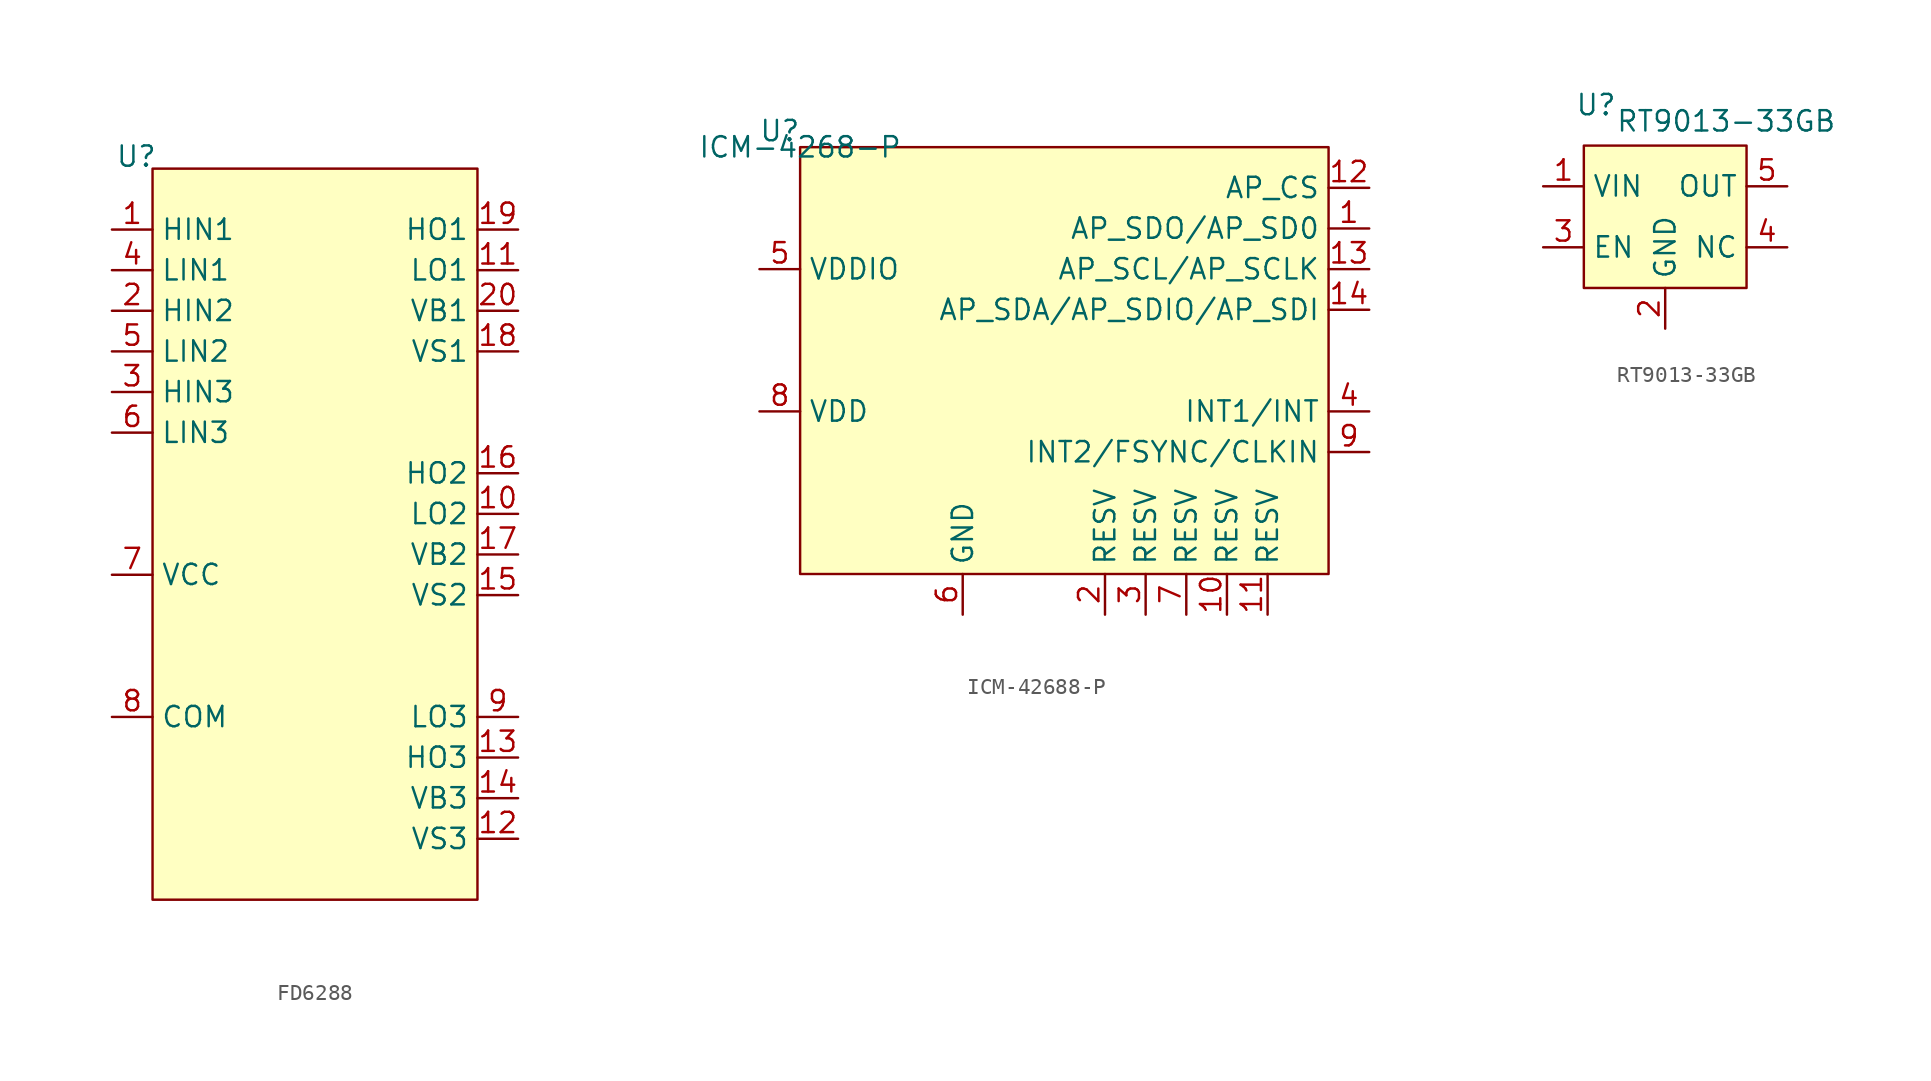
<source format=kicad_sym>
(kicad_symbol_lib
  (version 20241209)
  (generator "kicad_symbol_editor")
  (generator_version "9.0")
  (symbol "FD6288"
    (property "Reference" "U"
      (at -1.016 0.762 0)
      (effects (font (size 1.27 1.27))))
    (property "Value" ""
      (at 0 0 0)
      (effects (font (size 1.27 1.27))))
    (symbol "FD6288_0_1"
      (rectangle (start 0 0) (end 20.32 -45.72) (stroke (width 0.152) (type default)) (fill (type background))))
    (symbol "FD6288_1_1"
      (pin input line (at -2.54 -3.81 0) (length 2.54) (name "HIN1" (effects (font (size 1.27 1.27)))) (number "1" (effects (font (size 1.27 1.27)))))
      (pin input line (at -2.54 -6.35 0) (length 2.54) (name "LIN1" (effects (font (size 1.27 1.27)))) (number "4" (effects (font (size 1.27 1.27)))))
      (pin input line (at -2.54 -8.89 0) (length 2.54) (name "HIN2" (effects (font (size 1.27 1.27)))) (number "2" (effects (font (size 1.27 1.27)))))
      (pin input line (at -2.54 -11.43 0) (length 2.54) (name "LIN2" (effects (font (size 1.27 1.27)))) (number "5" (effects (font (size 1.27 1.27)))))
      (pin input line (at -2.54 -13.97 0) (length 2.54) (name "HIN3" (effects (font (size 1.27 1.27)))) (number "3" (effects (font (size 1.27 1.27)))))
      (pin input line (at -2.54 -16.51 0) (length 2.54) (name "LIN3" (effects (font (size 1.27 1.27)))) (number "6" (effects (font (size 1.27 1.27)))))
      (pin input line (at -2.54 -25.4 0) (length 2.54) (name "VCC" (effects (font (size 1.27 1.27)))) (number "7" (effects (font (size 1.27 1.27)))))
      (pin input line (at -2.54 -34.29 0) (length 2.54) (name "COM" (effects (font (size 1.27 1.27)))) (number "8" (effects (font (size 1.27 1.27)))))
      (pin input line (at 22.86 -3.81 180) (length 2.54) (name "HO1" (effects (font (size 1.27 1.27)))) (number "19" (effects (font (size 1.27 1.27)))))
      (pin input line (at 22.86 -6.35 180) (length 2.54) (name "LO1" (effects (font (size 1.27 1.27)))) (number "11" (effects (font (size 1.27 1.27)))))
      (pin input line (at 22.86 -8.89 180) (length 2.54) (name "VB1" (effects (font (size 1.27 1.27)))) (number "20" (effects (font (size 1.27 1.27)))))
      (pin input line (at 22.86 -11.43 180) (length 2.54) (name "VS1" (effects (font (size 1.27 1.27)))) (number "18" (effects (font (size 1.27 1.27)))))
      (pin input line (at 22.86 -19.05 180) (length 2.54) (name "HO2" (effects (font (size 1.27 1.27)))) (number "16" (effects (font (size 1.27 1.27)))))
      (pin input line (at 22.86 -21.59 180) (length 2.54) (name "LO2" (effects (font (size 1.27 1.27)))) (number "10" (effects (font (size 1.27 1.27)))))
      (pin input line (at 22.86 -24.13 180) (length 2.54) (name "VB2" (effects (font (size 1.27 1.27)))) (number "17" (effects (font (size 1.27 1.27)))))
      (pin input line (at 22.86 -26.67 180) (length 2.54) (name "VS2" (effects (font (size 1.27 1.27)))) (number "15" (effects (font (size 1.27 1.27)))))
      (pin input line (at 22.86 -34.29 180) (length 2.54) (name "LO3" (effects (font (size 1.27 1.27)))) (number "9" (effects (font (size 1.27 1.27)))))
      (pin input line (at 22.86 -36.83 180) (length 2.54) (name "HO3" (effects (font (size 1.27 1.27)))) (number "13" (effects (font (size 1.27 1.27)))))
      (pin input line (at 22.86 -39.37 180) (length 2.54) (name "VB3" (effects (font (size 1.27 1.27)))) (number "14" (effects (font (size 1.27 1.27)))))
      (pin input line (at 22.86 -41.91 180) (length 2.54) (name "VS3" (effects (font (size 1.27 1.27)))) (number "12" (effects (font (size 1.27 1.27)))))))
  (symbol "ICM-42688-P"
    (property "Reference" "U"
      (at -1.27 1.016 0)
      (effects (font (size 1.27 1.27))))
    (property "Value" "ICM-4268-P"
      (at 0 0 0)
      (effects (font (size 1.27 1.27))))
    (symbol "ICM-42688-P_1_1"
      (rectangle (start 0 0) (end 33.02 -26.67) (stroke (width 0) (type solid)) (fill (type background)))
      (pin input line (at -2.54 -7.62 0) (length 2.54) (name "VDDIO" (effects (font (size 1.27 1.27)))) (number "5" (effects (font (size 1.27 1.27)))))
      (pin input line (at -2.54 -16.51 0) (length 2.54) (name "VDD" (effects (font (size 1.27 1.27)))) (number "8" (effects (font (size 1.27 1.27)))))
      (pin input line (at 10.16 -29.21 90) (length 2.54) (name "GND" (effects (font (size 1.27 1.27)))) (number "6" (effects (font (size 1.27 1.27)))))
      (pin input line (at 19.05 -29.21 90) (length 2.54) (name "RESV" (effects (font (size 1.27 1.27)))) (number "2" (effects (font (size 1.27 1.27)))))
      (pin input line (at 21.59 -29.21 90) (length 2.54) (name "RESV" (effects (font (size 1.27 1.27)))) (number "3" (effects (font (size 1.27 1.27)))))
      (pin input line (at 24.13 -29.21 90) (length 2.54) (name "RESV" (effects (font (size 1.27 1.27)))) (number "7" (effects (font (size 1.27 1.27)))))
      (pin input line (at 26.67 -29.21 90) (length 2.54) (name "RESV" (effects (font (size 1.27 1.27)))) (number "10" (effects (font (size 1.27 1.27)))))
      (pin input line (at 29.21 -29.21 90) (length 2.54) (name "RESV" (effects (font (size 1.27 1.27)))) (number "11" (effects (font (size 1.27 1.27)))))
      (pin input line (at 35.56 -2.54 180) (length 2.54) (name "AP_CS" (effects (font (size 1.27 1.27)))) (number "12" (effects (font (size 1.27 1.27)))))
      (pin input line (at 35.56 -5.08 180) (length 2.54) (name "AP_SDO/AP_SD0" (effects (font (size 1.27 1.27)))) (number "1" (effects (font (size 1.27 1.27)))))
      (pin input line (at 35.56 -7.62 180) (length 2.54) (name "AP_SCL/AP_SCLK" (effects (font (size 1.27 1.27)))) (number "13" (effects (font (size 1.27 1.27)))))
      (pin input line (at 35.56 -10.16 180) (length 2.54) (name "AP_SDA/AP_SDIO/AP_SDI" (effects (font (size 1.27 1.27)))) (number "14" (effects (font (size 1.27 1.27)))))
      (pin input line (at 35.56 -16.51 180) (length 2.54) (name "INT1/INT" (effects (font (size 1.27 1.27)))) (number "4" (effects (font (size 1.27 1.27)))))
      (pin input line (at 35.56 -19.05 180) (length 2.54) (name "INT2/FSYNC/CLKIN" (effects (font (size 1.27 1.27)))) (number "9" (effects (font (size 1.27 1.27)))))))
  (symbol "RT9013-33GB"
    (property "Reference" "U"
      (at 0.762 2.54 0)
      (effects (font (size 1.27 1.27))))
    (property "Value" "RT9013-33GB"
      (at 8.89 1.524 0)
      (effects (font (size 1.27 1.27))))
    (symbol "RT9013-33GB_1_1"
      (rectangle (start 0 0) (end 10.16 -8.89) (stroke (width 0) (type solid)) (fill (type background)))
      (pin input line (at -2.54 -2.54 0) (length 2.54) (name "VIN" (effects (font (size 1.27 1.27)))) (number "1" (effects (font (size 1.27 1.27)))))
      (pin input line (at -2.54 -6.35 0) (length 2.54) (name "EN" (effects (font (size 1.27 1.27)))) (number "3" (effects (font (size 1.27 1.27)))))
      (pin input line (at 5.08 -11.43 90) (length 2.54) (name "GND" (effects (font (size 1.27 1.27)))) (number "2" (effects (font (size 1.27 1.27)))))
      (pin input line (at 12.7 -2.54 180) (length 2.54) (name "OUT" (effects (font (size 1.27 1.27)))) (number "5" (effects (font (size 1.27 1.27)))))
      (pin input line (at 12.7 -6.35 180) (length 2.54) (name "NC" (effects (font (size 1.27 1.27)))) (number "4" (effects (font (size 1.27 1.27))))))))
</source>
